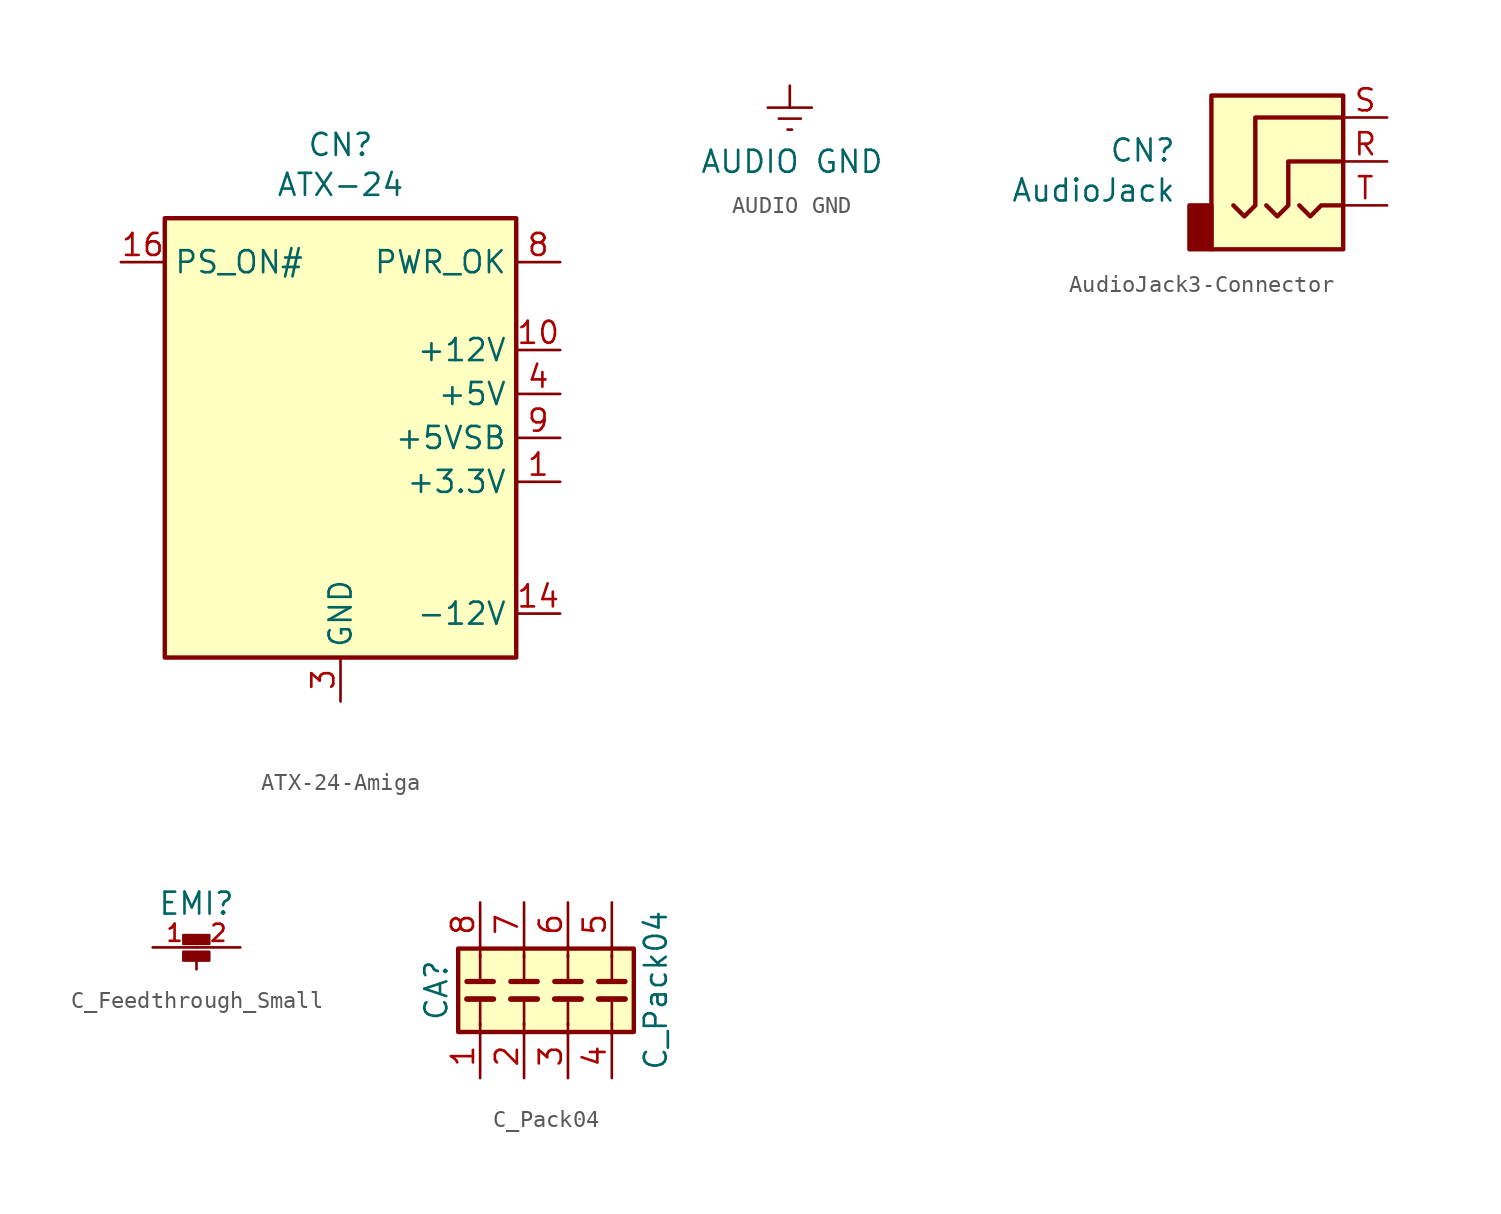
<source format=kicad_sym>
(kicad_symbol_lib
  (version 20220914)
  (generator kicad_symbol_editor)
  (symbol "ATX-24-Amiga"
    (property "Reference" "CN"
      (at 0 16.942 0)
      (effects (font (size 1.27 1.27))))
    (property "Value" "ATX-24"
      (at 0 14.63 0)
      (effects (font (size 1.27 1.27))))
    (symbol "ATX-24-Amiga_0_0"
      (pin power_out line (at 12.7 -2.54 180) (length 2.54) (name "+3.3V" (effects (font (size 1.27 1.27)))) (number "1" (effects (font (size 1.27 1.27)))))
      (pin power_out line (at 12.7 -2.54 180) (length 2.54) hide (name "+3.3V" (effects (font (size 1.27 1.27)))) (number "13" (effects (font (size 1.27 1.27)))))
      (pin power_out line (at 12.7 -2.54 180) (length 2.54) hide (name "+3.3V" (effects (font (size 1.27 1.27)))) (number "2" (effects (font (size 1.27 1.27))))))
    (symbol "ATX-24-Amiga_0_1"
      (rectangle (start -10.16 12.7) (end 10.16 -12.7) (stroke (width 0.254) (type default)) (fill (type background))))
    (symbol "ATX-24-Amiga_1_0"
      (pin power_out line (at 12.7 -2.54 180) (length 2.54) hide (name "+3.3V" (effects (font (size 1.27 1.27)))) (number "12" (effects (font (size 1.27 1.27))))))
    (symbol "ATX-24-Amiga_1_1"
      (pin power_out line (at 12.7 5.08 180) (length 2.54) (name "+12V" (effects (font (size 1.27 1.27)))) (number "10" (effects (font (size 1.27 1.27)))))
      (pin passive line (at 12.7 5.08 180) (length 2.54) hide (name "+12V" (effects (font (size 1.27 1.27)))) (number "11" (effects (font (size 1.27 1.27)))))
      (pin power_out line (at 12.7 -10.16 180) (length 2.54) (name "-12V" (effects (font (size 1.27 1.27)))) (number "14" (effects (font (size 1.27 1.27)))))
      (pin passive line (at 0 -15.24 90) (length 2.54) hide (name "GND" (effects (font (size 1.27 1.27)))) (number "15" (effects (font (size 1.27 1.27)))))
      (pin open_collector line (at -12.7 10.16 0) (length 2.54) (name "PS_ON#" (effects (font (size 1.27 1.27)))) (number "16" (effects (font (size 1.27 1.27)))))
      (pin passive line (at 0 -15.24 90) (length 2.54) hide (name "GND" (effects (font (size 1.27 1.27)))) (number "17" (effects (font (size 1.27 1.27)))))
      (pin passive line (at 0 -15.24 90) (length 2.54) hide (name "GND" (effects (font (size 1.27 1.27)))) (number "18" (effects (font (size 1.27 1.27)))))
      (pin passive line (at 0 -15.24 90) (length 2.54) hide (name "GND" (effects (font (size 1.27 1.27)))) (number "19" (effects (font (size 1.27 1.27)))))
      (pin no_connect line (at -10.16 0 0) (length 2.54) hide (name "NC" (effects (font (size 1.27 1.27)))) (number "20" (effects (font (size 1.27 1.27)))))
      (pin passive line (at 12.7 2.54 180) (length 2.54) hide (name "+5V" (effects (font (size 1.27 1.27)))) (number "21" (effects (font (size 1.27 1.27)))))
      (pin passive line (at 12.7 2.54 180) (length 2.54) hide (name "+5V" (effects (font (size 1.27 1.27)))) (number "22" (effects (font (size 1.27 1.27)))))
      (pin passive line (at 12.7 2.54 180) (length 2.54) hide (name "+5V" (effects (font (size 1.27 1.27)))) (number "23" (effects (font (size 1.27 1.27)))))
      (pin passive line (at 0 -15.24 90) (length 2.54) hide (name "GND" (effects (font (size 1.27 1.27)))) (number "24" (effects (font (size 1.27 1.27)))))
      (pin power_out line (at 0 -15.24 90) (length 2.54) (name "GND" (effects (font (size 1.27 1.27)))) (number "3" (effects (font (size 1.27 1.27)))))
      (pin power_out line (at 12.7 2.54 180) (length 2.54) (name "+5V" (effects (font (size 1.27 1.27)))) (number "4" (effects (font (size 1.27 1.27)))))
      (pin passive line (at 0 -15.24 90) (length 2.54) hide (name "GND" (effects (font (size 1.27 1.27)))) (number "5" (effects (font (size 1.27 1.27)))))
      (pin passive line (at 12.7 2.54 180) (length 2.54) hide (name "+5V" (effects (font (size 1.27 1.27)))) (number "6" (effects (font (size 1.27 1.27)))))
      (pin passive line (at 0 -15.24 90) (length 2.54) hide (name "GND" (effects (font (size 1.27 1.27)))) (number "7" (effects (font (size 1.27 1.27)))))
      (pin output line (at 12.7 10.16 180) (length 2.54) (name "PWR_OK" (effects (font (size 1.27 1.27)))) (number "8" (effects (font (size 1.27 1.27)))))
      (pin power_out line (at 12.7 0 180) (length 2.54) (name "+5VSB" (effects (font (size 1.27 1.27)))) (number "9" (effects (font (size 1.27 1.27)))))))
  (symbol "AUDIO GND"
    (power)
    (pin_names
      (offset 0))
    (property "Reference" "#PWR046"
      (at 0 -6.35 0)
      (effects (font (size 1.27 1.27)) hide))
    (property "Value" "AUDIO GND"
      (at 0.127 -4.394 0)
      (effects (font (size 1.27 1.27))))
    (symbol "AUDIO GND_0_1"
      (polyline (pts (xy -0.635 -1.905) (xy 0.635 -1.905)) (stroke (width 0) (type solid)) (fill (type none)))
      (polyline (pts (xy -0.127 -2.54) (xy 0.127 -2.54)) (stroke (width 0) (type solid)) (fill (type none)))
      (polyline (pts (xy 0 -1.27) (xy 0 0)) (stroke (width 0) (type solid)) (fill (type none)))
      (polyline (pts (xy 1.27 -1.27) (xy -1.27 -1.27)) (stroke (width 0) (type solid)) (fill (type none))))
    (symbol "AUDIO GND_1_1"
      (pin power_in line (at 0 0 270) (length 0) hide (name "AUDIO" (effects (font (size 1.27 1.27)))) (number "1" (effects (font (size 1.27 1.27)))))))
  (symbol "AudioJack3-Connector"
    (property "Reference" "CN"
      (at -7.112 0.635 0)
      (effects (font (size 1.27 1.27)) (justify right)))
    (property "Value" "AudioJack"
      (at -7.112 -1.676 0)
      (effects (font (size 1.27 1.27)) (justify right)))
    (symbol "AudioJack3-Connector_0_1"
      (rectangle (start -5.08 -5.08) (end -6.35 -2.54) (stroke (width 0.254) (type solid)) (fill (type outline)))
      (polyline (pts (xy 0 -2.54) (xy 0.635 -3.175) (xy 1.27 -2.54) (xy 2.54 -2.54)) (stroke (width 0.254) (type solid)) (fill (type none)))
      (polyline (pts (xy -1.905 -2.54) (xy -1.27 -3.175) (xy -0.635 -2.54) (xy -0.635 0) (xy 2.54 0)) (stroke (width 0.254) (type solid)) (fill (type none)))
      (polyline (pts (xy 2.54 2.54) (xy -2.54 2.54) (xy -2.54 -2.54) (xy -3.175 -3.175) (xy -3.81 -2.54)) (stroke (width 0.254) (type solid)) (fill (type none)))
      (rectangle (start 2.54 3.81) (end -5.08 -5.08) (stroke (width 0.254) (type solid)) (fill (type background))))
    (symbol "AudioJack3-Connector_1_1"
      (pin passive line (at 5.08 0 180) (length 2.54) (name "~" (effects (font (size 1.27 1.27)))) (number "R" (effects (font (size 1.27 1.27)))))
      (pin passive line (at 5.08 2.54 180) (length 2.54) (name "~" (effects (font (size 1.27 1.27)))) (number "S" (effects (font (size 1.27 1.27)))))
      (pin passive line (at 5.08 -2.54 180) (length 2.54) (name "~" (effects (font (size 1.27 1.27)))) (number "T" (effects (font (size 1.27 1.27)))))))
  (symbol "C_Feedthrough_Small"
    (pin_names
      (offset 0.254) hide)
    (property "Reference" "EMI"
      (at 0 2.54 0)
      (effects (font (size 1.27 1.27))))
    (symbol "C_Feedthrough_Small_0_1"
      (rectangle (start -0.762 -0.762) (end 0.737 -0.254) (stroke (width 0) (type solid)) (fill (type outline)))
      (rectangle (start 0.737 0.203) (end -0.762 0.711) (stroke (width 0) (type solid)) (fill (type outline))))
    (symbol "C_Feedthrough_Small_1_1"
      (pin passive line (at -2.54 0 0) (length 2.54) (name "1" (effects (font (size 0.991 0.991)))) (number "1" (effects (font (size 0.991 0.991)))))
      (pin passive line (at 2.54 0 180) (length 2.54) (name "2" (effects (font (size 0.991 0.991)))) (number "2" (effects (font (size 0.991 0.991)))))
      (pin passive line (at 0 -1.27 90) (length 0.991) (name "3" (effects (font (size 0.991 0.991)))) (number "3" (effects (font (size 0 0)))))))
  (symbol "C_Pack04"
    (pin_names
      (offset 0) hide)
    (property "Reference" "CA"
      (at -6.604 0 90)
      (effects (font (size 1.27 1.27))))
    (property "Value" "C_Pack04"
      (at 6.096 0 90)
      (effects (font (size 1.27 1.27))))
    (symbol "C_Pack04_0_1"
      (rectangle (start -5.334 2.413) (end 4.826 -2.413) (stroke (width 0.254) (type default)) (fill (type background)))
      (polyline (pts (xy -4.826 -0.508) (xy -3.302 -0.508)) (stroke (width 0.33) (type default)) (fill (type none)))
      (polyline (pts (xy -4.826 0.508) (xy -3.302 0.508)) (stroke (width 0.305) (type default)) (fill (type none)))
      (polyline (pts (xy -4.064 -2.54) (xy -4.064 -1.905)) (stroke (width 0) (type default)) (fill (type none)))
      (polyline (pts (xy -4.064 -2.032) (xy -4.064 -0.508)) (stroke (width 0) (type default)) (fill (type none)))
      (polyline (pts (xy -4.064 1.905) (xy -4.064 2.54)) (stroke (width 0) (type default)) (fill (type none)))
      (polyline (pts (xy -4.064 2.032) (xy -4.064 0.508)) (stroke (width 0) (type default)) (fill (type none)))
      (polyline (pts (xy -2.286 -0.508) (xy -0.762 -0.508)) (stroke (width 0.33) (type default)) (fill (type none)))
      (polyline (pts (xy -2.286 0.508) (xy -0.762 0.508)) (stroke (width 0.305) (type default)) (fill (type none)))
      (polyline (pts (xy -1.524 -2.54) (xy -1.524 -1.905)) (stroke (width 0) (type default)) (fill (type none)))
      (polyline (pts (xy -1.524 -2.032) (xy -1.524 -0.508)) (stroke (width 0) (type default)) (fill (type none)))
      (polyline (pts (xy -1.524 1.905) (xy -1.524 2.54)) (stroke (width 0) (type default)) (fill (type none)))
      (polyline (pts (xy -1.524 2.032) (xy -1.524 0.508)) (stroke (width 0) (type default)) (fill (type none)))
      (polyline (pts (xy 0.254 -0.508) (xy 1.778 -0.508)) (stroke (width 0.33) (type default)) (fill (type none)))
      (polyline (pts (xy 0.254 0.508) (xy 1.778 0.508)) (stroke (width 0.305) (type default)) (fill (type none)))
      (polyline (pts (xy 1.016 -2.54) (xy 1.016 -1.905)) (stroke (width 0) (type default)) (fill (type none)))
      (polyline (pts (xy 1.016 -2.032) (xy 1.016 -0.508)) (stroke (width 0) (type default)) (fill (type none)))
      (polyline (pts (xy 1.016 1.905) (xy 1.016 2.54)) (stroke (width 0) (type default)) (fill (type none)))
      (polyline (pts (xy 1.016 2.032) (xy 1.016 0.508)) (stroke (width 0) (type default)) (fill (type none)))
      (polyline (pts (xy 2.794 -0.508) (xy 4.318 -0.508)) (stroke (width 0.33) (type default)) (fill (type none)))
      (polyline (pts (xy 2.794 0.508) (xy 4.318 0.508)) (stroke (width 0.305) (type default)) (fill (type none)))
      (polyline (pts (xy 3.556 -2.54) (xy 3.556 -1.905)) (stroke (width 0) (type default)) (fill (type none)))
      (polyline (pts (xy 3.556 -2.032) (xy 3.556 -0.508)) (stroke (width 0) (type default)) (fill (type none)))
      (polyline (pts (xy 3.556 1.905) (xy 3.556 2.54)) (stroke (width 0) (type default)) (fill (type none)))
      (polyline (pts (xy 3.556 2.032) (xy 3.556 0.508)) (stroke (width 0) (type default)) (fill (type none))))
    (symbol "C_Pack04_1_1"
      (pin passive line (at -4.064 -5.08 90) (length 2.54) (name "R1.1" (effects (font (size 1.27 1.27)))) (number "1" (effects (font (size 1.27 1.27)))))
      (pin passive line (at -1.524 -5.08 90) (length 2.54) (name "R2.1" (effects (font (size 1.27 1.27)))) (number "2" (effects (font (size 1.27 1.27)))))
      (pin passive line (at 1.016 -5.08 90) (length 2.54) (name "R3.1" (effects (font (size 1.27 1.27)))) (number "3" (effects (font (size 1.27 1.27)))))
      (pin passive line (at 3.556 -5.08 90) (length 2.54) (name "R4.1" (effects (font (size 1.27 1.27)))) (number "4" (effects (font (size 1.27 1.27)))))
      (pin passive line (at 3.556 5.08 270) (length 2.54) (name "R4.2" (effects (font (size 1.27 1.27)))) (number "5" (effects (font (size 1.27 1.27)))))
      (pin passive line (at 1.016 5.08 270) (length 2.54) (name "R3.2" (effects (font (size 1.27 1.27)))) (number "6" (effects (font (size 1.27 1.27)))))
      (pin passive line (at -1.524 5.08 270) (length 2.54) (name "R2.2" (effects (font (size 1.27 1.27)))) (number "7" (effects (font (size 1.27 1.27)))))
      (pin passive line (at -4.064 5.08 270) (length 2.54) (name "R1.2" (effects (font (size 1.27 1.27)))) (number "8" (effects (font (size 1.27 1.27))))))))
</source>
